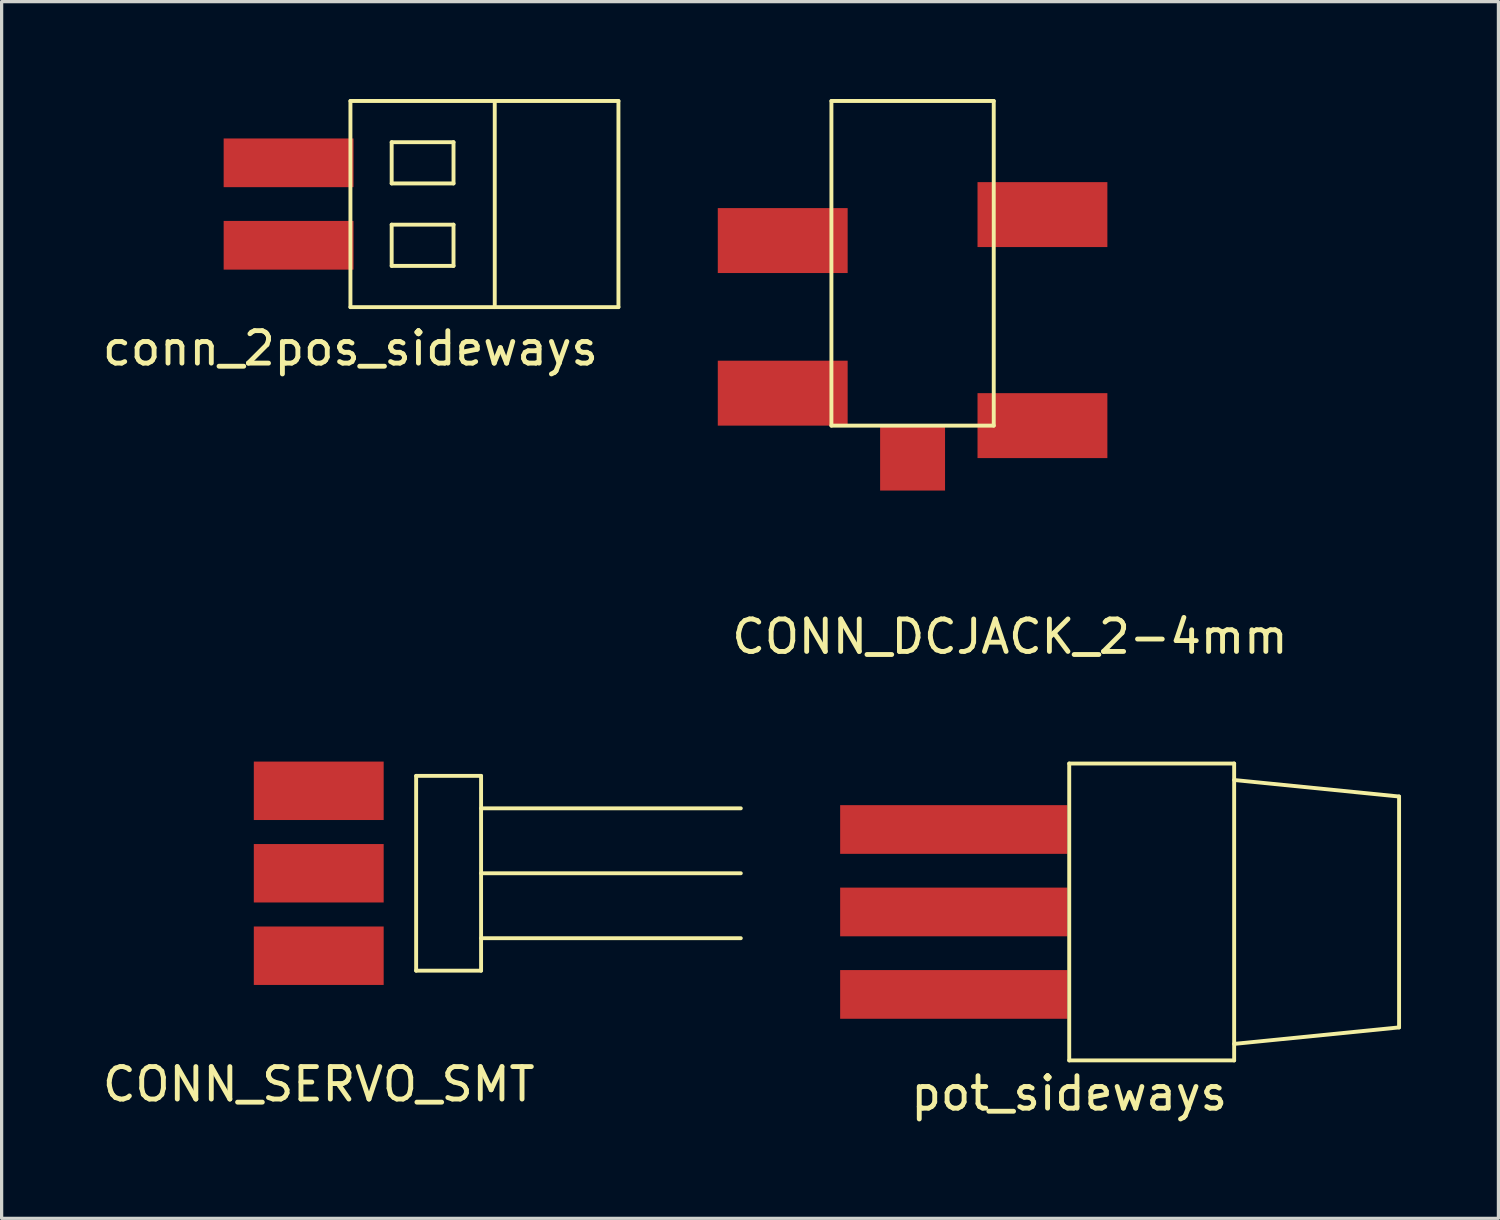
<source format=kicad_pcb>
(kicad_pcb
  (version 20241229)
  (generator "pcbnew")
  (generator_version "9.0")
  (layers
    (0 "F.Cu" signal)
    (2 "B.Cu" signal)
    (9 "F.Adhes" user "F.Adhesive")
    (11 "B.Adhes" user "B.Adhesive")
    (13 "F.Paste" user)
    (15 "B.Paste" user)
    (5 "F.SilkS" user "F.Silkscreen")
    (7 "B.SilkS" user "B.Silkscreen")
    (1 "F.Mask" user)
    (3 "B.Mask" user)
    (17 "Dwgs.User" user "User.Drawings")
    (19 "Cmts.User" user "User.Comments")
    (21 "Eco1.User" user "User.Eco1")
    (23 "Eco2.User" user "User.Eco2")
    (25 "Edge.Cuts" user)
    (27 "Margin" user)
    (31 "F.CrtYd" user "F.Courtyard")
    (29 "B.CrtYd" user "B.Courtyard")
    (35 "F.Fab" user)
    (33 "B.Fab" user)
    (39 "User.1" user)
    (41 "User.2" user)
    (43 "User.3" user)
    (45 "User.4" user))
  (footprint "CONN_SERVO_SMT"
    (layer "F.Cu")
    (at 6.768 23.848)
    (property "Reference" "CONN_SERVO_SMT" (at 0 6.5 0) (layer "F.SilkS") (effects (font (size 1 1) (thickness 0.15))))
    (attr through_hole)
    (fp_line (start 3 -3) (end 5 -3) (stroke (width 0.12) (type solid)) (layer "F.SilkS"))
    (fp_line (start 3 3) (end 3 -3) (stroke (width 0.12) (type solid)) (layer "F.SilkS"))
    (fp_line (start 5 -3) (end 5 3) (stroke (width 0.12) (type solid)) (layer "F.SilkS"))
    (fp_line (start 5 -2) (end 13 -2) (stroke (width 0.12) (type solid)) (layer "F.SilkS"))
    (fp_line (start 5 0) (end 13 0) (stroke (width 0.12) (type solid)) (layer "F.SilkS"))
    (fp_line (start 5 2) (end 13 2) (stroke (width 0.12) (type solid)) (layer "F.SilkS"))
    (fp_line (start 5 3) (end 3 3) (stroke (width 0.12) (type solid)) (layer "F.SilkS"))
    (pad "1" smd rect (at 0 -2.54) (size 4 1.8) (layers "F.Cu" "F.Mask" "F.Paste"))
    (pad "2" smd rect (at 0 0) (size 4 1.8) (layers "F.Cu" "F.Mask" "F.Paste"))
    (pad "3" smd rect (at 0 2.54) (size 4 1.8) (layers "F.Cu" "F.Mask" "F.Paste")))
  (footprint "pot_sideways"
    (layer "F.Cu")
    (at 29.884 25.04)
    (property "Reference" "pot_sideways" (at 0 5.588 0) (layer "F.SilkS") (effects (font (size 1 1) (thickness 0.15))))
    (attr through_hole)
    (fp_line (start 0 -4.572) (end 0 4.572) (stroke (width 0.12) (type solid)) (layer "F.SilkS"))
    (fp_line (start 0 4.572) (end 5.08 4.572) (stroke (width 0.12) (type solid)) (layer "F.SilkS"))
    (fp_line (start 5.08 -4.572) (end 0 -4.572) (stroke (width 0.12) (type solid)) (layer "F.SilkS"))
    (fp_line (start 5.08 -4.064) (end 10.16 -3.556) (stroke (width 0.12) (type solid)) (layer "F.SilkS"))
    (fp_line (start 5.08 4.572) (end 5.08 -4.572) (stroke (width 0.12) (type solid)) (layer "F.SilkS"))
    (fp_line (start 10.16 -3.556) (end 10.16 3.556) (stroke (width 0.12) (type solid)) (layer "F.SilkS"))
    (fp_line (start 10.16 3.556) (end 5.08 4.064) (stroke (width 0.12) (type solid)) (layer "F.SilkS"))
    (pad "1" smd rect (at -3.556 -2.54) (size 7 1.5) (layers "F.Cu" "F.Mask" "F.Paste"))
    (pad "2" smd rect (at -3.556 0) (size 7 1.5) (layers "F.Cu" "F.Mask" "F.Paste"))
    (pad "3" smd rect (at -3.556 2.54) (size 7 1.5) (layers "F.Cu" "F.Mask" "F.Paste")))
  (footprint "CONN_DCJACK_2-4mm"
    (layer "F.Cu")
    (at 25.059 5.06)
    (property "Reference" "CONN_DCJACK_2-4mm" (at 3 11.5 0) (layer "F.SilkS") (effects (font (size 1 1) (thickness 0.15))))
    (attr through_hole)
    (fp_line (start -2.5 -5) (end 2.5 -5) (stroke (width 0.12) (type solid)) (layer "F.SilkS"))
    (fp_line (start -2.5 5) (end -2.5 -5) (stroke (width 0.12) (type solid)) (layer "F.SilkS"))
    (fp_line (start 2.5 -5) (end 2.5 5) (stroke (width 0.12) (type solid)) (layer "F.SilkS"))
    (fp_line (start 2.5 5) (end -2.5 5) (stroke (width 0.12) (type solid)) (layer "F.SilkS"))
    (pad "1" smd rect (at 0 6) (size 2 2) (layers "F.Cu" "F.Mask" "F.Paste"))
    (pad "2" smd rect (at -4 -0.7) (size 4 2) (layers "F.Cu" "F.Mask" "F.Paste"))
    (pad "2" smd rect (at -4 4) (size 4 2) (layers "F.Cu" "F.Mask" "F.Paste"))
    (pad "2" smd rect (at 4 -1.5) (size 4 2) (layers "F.Cu" "F.Mask" "F.Paste"))
    (pad "2" smd rect (at 4 5) (size 4 2) (layers "F.Cu" "F.Mask" "F.Paste")))
  (footprint "conn_2pos_sideways"
    (layer "F.Cu")
    (at 7.744 3.235)
    (property "Reference" "conn_2pos_sideways" (at 0 4.445 0) (layer "F.SilkS") (effects (font (size 1 1) (thickness 0.15))))
    (attr through_hole)
    (fp_line (start 0 -3.175) (end 8.255 -3.175) (stroke (width 0.12) (type solid)) (layer "F.SilkS"))
    (fp_line (start 0 3.175) (end 0 -3.175) (stroke (width 0.12) (type solid)) (layer "F.SilkS"))
    (fp_line (start 1.27 -1.905) (end 1.27 -0.635) (stroke (width 0.12) (type solid)) (layer "F.SilkS"))
    (fp_line (start 1.27 -0.635) (end 3.175 -0.635) (stroke (width 0.12) (type solid)) (layer "F.SilkS"))
    (fp_line (start 1.27 0.635) (end 1.27 1.905) (stroke (width 0.12) (type solid)) (layer "F.SilkS"))
    (fp_line (start 1.27 1.905) (end 3.175 1.905) (stroke (width 0.12) (type solid)) (layer "F.SilkS"))
    (fp_line (start 3.175 -1.905) (end 1.27 -1.905) (stroke (width 0.12) (type solid)) (layer "F.SilkS"))
    (fp_line (start 3.175 -0.635) (end 3.175 -1.905) (stroke (width 0.12) (type solid)) (layer "F.SilkS"))
    (fp_line (start 3.175 0.635) (end 1.27 0.635) (stroke (width 0.12) (type solid)) (layer "F.SilkS"))
    (fp_line (start 3.175 1.905) (end 3.175 0.635) (stroke (width 0.12) (type solid)) (layer "F.SilkS"))
    (fp_line (start 4.445 -3.175) (end 4.445 3.175) (stroke (width 0.12) (type solid)) (layer "F.SilkS"))
    (fp_line (start 8.255 -3.175) (end 8.255 3.175) (stroke (width 0.12) (type solid)) (layer "F.SilkS"))
    (fp_line (start 8.255 3.175) (end 0 3.175) (stroke (width 0.12) (type solid)) (layer "F.SilkS"))
    (pad "1" smd rect (at -1.905 -1.27) (size 4 1.5) (layers "F.Cu" "F.Mask" "F.Paste"))
    (pad "2" smd rect (at -1.905 1.27) (size 4 1.5) (layers "F.Cu" "F.Mask" "F.Paste")))
  (gr_rect
    (start -3 -3)
    (end 43.104 34.477)
    (stroke (width 0.1) (type default))
    (fill no)
    (layer "Edge.Cuts")))
</source>
